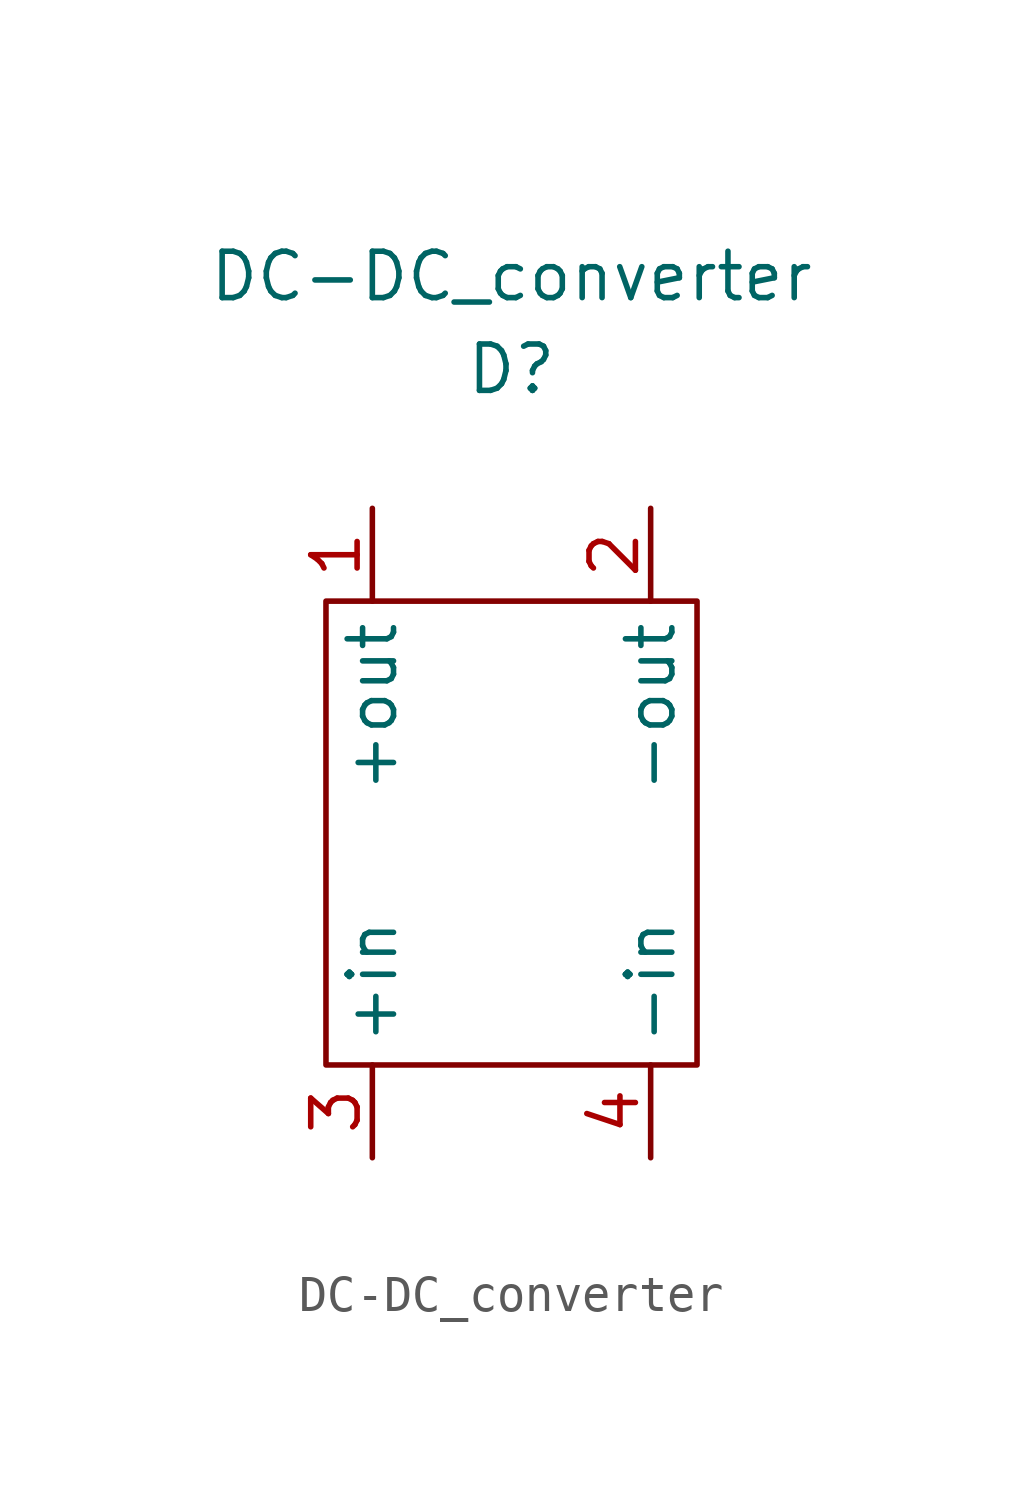
<source format=kicad_sym>
(kicad_symbol_lib
  (version 20211014)
  (generator kicad_symbol_editor)
  (symbol "DC-DC_converter"
    (property "Reference" "D"
      (at 5.08 6.35 0)
      (effects (font (size 1.27 1.27))))
    (property "Value" "DC-DC_converter"
      (at 5.08 8.89 0)
      (effects (font (size 1.27 1.27))))
    (symbol "DC-DC_converter_0_1"
      (rectangle (start 0 0) (end 10.16 -12.7) (stroke (width 0) (type default) (color 0 0 0 0)) (fill (type none))))
    (symbol "DC-DC_converter_1_1"
      (pin input line (at 1.27 2.54 270) (length 2.54) (name "+out" (effects (font (size 1.27 1.27)))) (number "1" (effects (font (size 1.27 1.27)))))
      (pin input line (at 8.89 2.54 270) (length 2.54) (name "-out" (effects (font (size 1.27 1.27)))) (number "2" (effects (font (size 1.27 1.27)))))
      (pin input line (at 1.27 -15.24 90) (length 2.54) (name "+in" (effects (font (size 1.27 1.27)))) (number "3" (effects (font (size 1.27 1.27)))))
      (pin input line (at 8.89 -15.24 90) (length 2.54) (name "-in" (effects (font (size 1.27 1.27)))) (number "4" (effects (font (size 1.27 1.27))))))))
</source>
